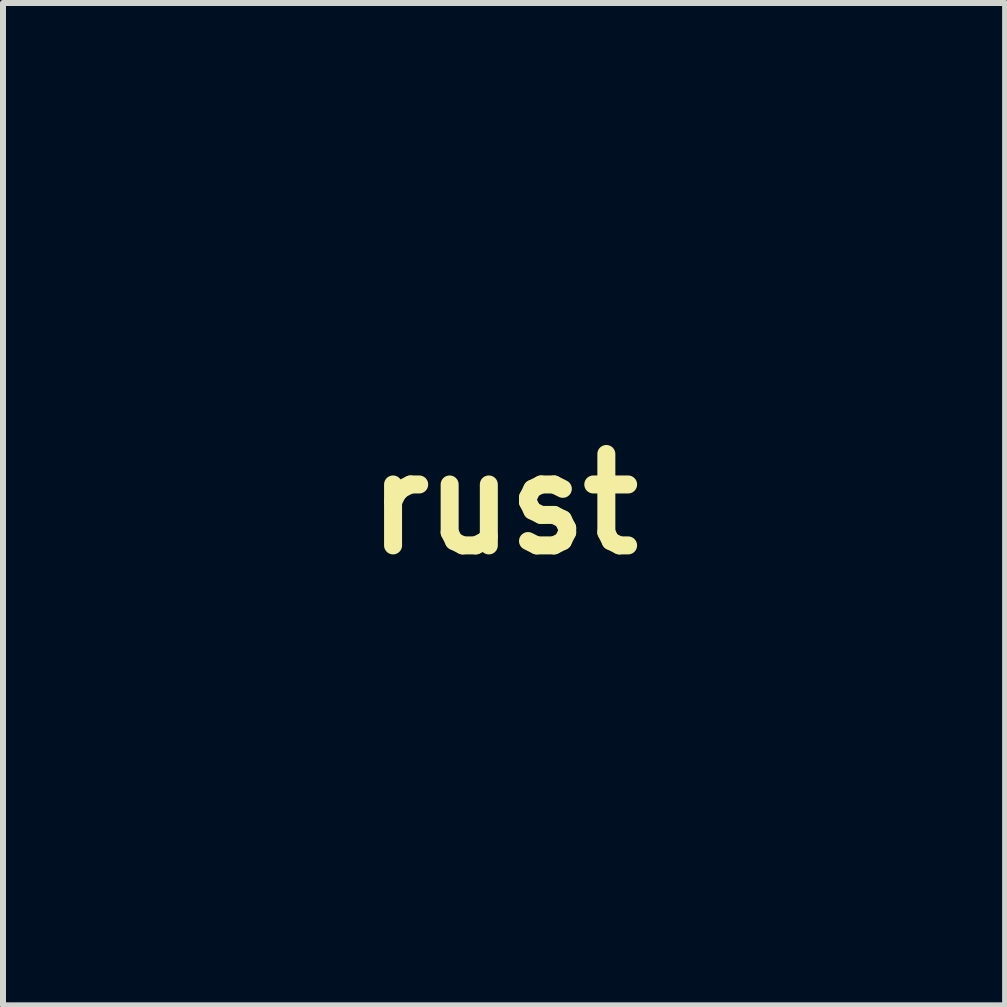
<source format=kicad_pcb>
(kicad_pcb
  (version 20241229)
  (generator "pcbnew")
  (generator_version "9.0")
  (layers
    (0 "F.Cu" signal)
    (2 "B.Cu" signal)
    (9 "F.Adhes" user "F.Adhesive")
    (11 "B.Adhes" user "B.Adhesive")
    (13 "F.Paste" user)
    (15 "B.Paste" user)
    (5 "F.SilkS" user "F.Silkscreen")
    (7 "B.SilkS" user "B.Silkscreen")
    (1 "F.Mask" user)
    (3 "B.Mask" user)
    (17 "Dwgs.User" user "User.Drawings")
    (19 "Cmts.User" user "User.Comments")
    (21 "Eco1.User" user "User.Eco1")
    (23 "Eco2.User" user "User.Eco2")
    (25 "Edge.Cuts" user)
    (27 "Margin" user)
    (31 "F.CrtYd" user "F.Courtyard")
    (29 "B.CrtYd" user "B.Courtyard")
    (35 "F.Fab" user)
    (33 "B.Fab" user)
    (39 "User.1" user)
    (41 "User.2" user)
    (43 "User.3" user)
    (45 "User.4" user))
  (footprint "rust"
    (layer "F.Cu")
    (at 5.354 5.354)
    (property "Reference" "rust" (at 0 0 0) (layer "F.SilkS") (effects (font (size 1.524 1.524) (thickness 0.3))))
    (attr through_hole)
    (fp_poly (pts (xy 0.034 -5.346) (xy 0.081 -5.327) (xy 0.108 -5.305) (xy 0.121 -5.288) (xy 0.144 -5.255) (xy 0.173 -5.211) (xy 0.207 -5.157) (xy 0.245 -5.097) (xy 0.265 -5.064) (xy 0.302 -5.004) (xy 0.336 -4.949) (xy 0.366 -4.902) (xy 0.388 -4.867) (xy 0.402 -4.846) (xy 0.406 -4.841) (xy 0.423 -4.833) (xy 0.453 -4.826) (xy 0.478 -4.822) (xy 0.539 -4.815) (xy 0.727 -5.018) (xy 0.779 -5.073) (xy 0.828 -5.124) (xy 0.871 -5.167) (xy 0.907 -5.202) (xy 0.932 -5.225) (xy 0.944 -5.235) (xy 0.99 -5.248) (xy 1.04 -5.246) (xy 1.087 -5.231) (xy 1.126 -5.204) (xy 1.138 -5.189) (xy 1.147 -5.171) (xy 1.162 -5.137) (xy 1.181 -5.09) (xy 1.204 -5.033) (xy 1.227 -4.971) (xy 1.23 -4.965) (xy 1.254 -4.9) (xy 1.277 -4.839) (xy 1.298 -4.784) (xy 1.314 -4.741) (xy 1.324 -4.713) (xy 1.325 -4.713) (xy 1.337 -4.681) (xy 1.351 -4.663) (xy 1.371 -4.651) (xy 1.404 -4.641) (xy 1.438 -4.632) (xy 1.466 -4.628) (xy 1.477 -4.629) (xy 1.489 -4.636) (xy 1.516 -4.655) (xy 1.554 -4.681) (xy 1.602 -4.715) (xy 1.656 -4.754) (xy 1.683 -4.773) (xy 1.755 -4.825) (xy 1.812 -4.866) (xy 1.856 -4.897) (xy 1.89 -4.92) (xy 1.916 -4.935) (xy 1.937 -4.945) (xy 1.954 -4.95) (xy 1.969 -4.952) (xy 1.986 -4.953) (xy 1.99 -4.953) (xy 2.046 -4.944) (xy 2.09 -4.917) (xy 2.122 -4.874) (xy 2.126 -4.865) (xy 2.133 -4.842) (xy 2.143 -4.802) (xy 2.154 -4.748) (xy 2.166 -4.683) (xy 2.178 -4.612) (xy 2.186 -4.563) (xy 2.227 -4.305) (xy 2.346 -4.245) (xy 2.599 -4.362) (xy 2.677 -4.397) (xy 2.738 -4.424) (xy 2.786 -4.445) (xy 2.822 -4.459) (xy 2.849 -4.468) (xy 2.87 -4.472) (xy 2.887 -4.474) (xy 2.898 -4.473) (xy 2.952 -4.458) (xy 2.998 -4.425) (xy 3.02 -4.4) (xy 3.026 -4.391) (xy 3.031 -4.38) (xy 3.035 -4.365) (xy 3.038 -4.345) (xy 3.039 -4.317) (xy 3.039 -4.278) (xy 3.039 -4.227) (xy 3.037 -4.161) (xy 3.035 -4.078) (xy 3.032 -3.985) (xy 3.025 -3.784) (xy 3.075 -3.744) (xy 3.105 -3.723) (xy 3.13 -3.711) (xy 3.142 -3.709) (xy 3.167 -3.715) (xy 3.206 -3.725) (xy 3.257 -3.737) (xy 3.316 -3.751) (xy 3.381 -3.766) (xy 3.446 -3.781) (xy 3.51 -3.795) (xy 3.568 -3.808) (xy 3.617 -3.819) (xy 3.654 -3.827) (xy 3.675 -3.831) (xy 3.678 -3.831) (xy 3.699 -3.827) (xy 3.729 -3.815) (xy 3.741 -3.81) (xy 3.778 -3.784) (xy 3.808 -3.748) (xy 3.827 -3.708) (xy 3.831 -3.683) (xy 3.829 -3.668) (xy 3.822 -3.636) (xy 3.813 -3.59) (xy 3.801 -3.535) (xy 3.787 -3.472) (xy 3.772 -3.406) (xy 3.757 -3.341) (xy 3.742 -3.279) (xy 3.73 -3.224) (xy 3.719 -3.179) (xy 3.711 -3.149) (xy 3.709 -3.142) (xy 3.712 -3.125) (xy 3.727 -3.099) (xy 3.744 -3.076) (xy 3.784 -3.026) (xy 4.08 -3.033) (xy 4.376 -3.041) (xy 4.412 -3.01) (xy 4.449 -2.968) (xy 4.472 -2.919) (xy 4.477 -2.883) (xy 4.472 -2.866) (xy 4.46 -2.832) (xy 4.442 -2.786) (xy 4.418 -2.728) (xy 4.389 -2.663) (xy 4.36 -2.598) (xy 4.244 -2.342) (xy 4.275 -2.285) (xy 4.306 -2.227) (xy 4.558 -2.187) (xy 4.632 -2.175) (xy 4.7 -2.163) (xy 4.761 -2.152) (xy 4.81 -2.142) (xy 4.844 -2.134) (xy 4.855 -2.131) (xy 4.903 -2.104) (xy 4.936 -2.062) (xy 4.952 -2.01) (xy 4.953 -1.99) (xy 4.953 -1.973) (xy 4.951 -1.959) (xy 4.947 -1.943) (xy 4.94 -1.925) (xy 4.927 -1.902) (xy 4.907 -1.872) (xy 4.88 -1.832) (xy 4.843 -1.781) (xy 4.797 -1.716) (xy 4.769 -1.678) (xy 4.728 -1.62) (xy 4.692 -1.568) (xy 4.662 -1.523) (xy 4.64 -1.488) (xy 4.627 -1.467) (xy 4.625 -1.461) (xy 4.629 -1.442) (xy 4.638 -1.412) (xy 4.644 -1.393) (xy 4.662 -1.341) (xy 4.912 -1.249) (xy 4.982 -1.222) (xy 5.046 -1.198) (xy 5.103 -1.175) (xy 5.147 -1.157) (xy 5.177 -1.144) (xy 5.189 -1.138) (xy 5.22 -1.106) (xy 5.241 -1.062) (xy 5.249 -1.012) (xy 5.243 -0.963) (xy 5.237 -0.948) (xy 5.226 -0.934) (xy 5.202 -0.907) (xy 5.167 -0.871) (xy 5.122 -0.827) (xy 5.071 -0.778) (xy 5.02 -0.73) (xy 4.815 -0.538) (xy 4.822 -0.478) (xy 4.828 -0.443) (xy 4.835 -0.416) (xy 4.841 -0.407) (xy 4.853 -0.398) (xy 4.88 -0.38) (xy 4.92 -0.354) (xy 4.971 -0.323) (xy 5.028 -0.287) (xy 5.064 -0.265) (xy 5.126 -0.227) (xy 5.183 -0.191) (xy 5.233 -0.158) (xy 5.272 -0.132) (xy 5.298 -0.114) (xy 5.305 -0.108) (xy 5.335 -0.066) (xy 5.349 -0.017) (xy 5.346 0.034) (xy 5.327 0.081) (xy 5.305 0.108) (xy 5.288 0.121) (xy 5.255 0.143) (xy 5.211 0.173) (xy 5.157 0.207) (xy 5.097 0.244) (xy 5.064 0.265) (xy 5.004 0.302) (xy 4.949 0.336) (xy 4.902 0.365) (xy 4.867 0.388) (xy 4.846 0.402) (xy 4.841 0.406) (xy 4.833 0.423) (xy 4.826 0.453) (xy 4.822 0.478) (xy 4.815 0.538) (xy 5.02 0.73) (xy 5.076 0.782) (xy 5.126 0.831) (xy 5.17 0.875) (xy 5.205 0.91) (xy 5.228 0.935) (xy 5.237 0.948) (xy 5.248 0.994) (xy 5.245 1.043) (xy 5.23 1.09) (xy 5.203 1.127) (xy 5.191 1.137) (xy 5.174 1.145) (xy 5.141 1.159) (xy 5.093 1.178) (xy 5.035 1.201) (xy 4.969 1.227) (xy 4.914 1.247) (xy 4.662 1.341) (xy 4.644 1.393) (xy 4.633 1.426) (xy 4.627 1.452) (xy 4.625 1.461) (xy 4.631 1.474) (xy 4.648 1.502) (xy 4.673 1.54) (xy 4.705 1.587) (xy 4.742 1.639) (xy 4.743 1.641) (xy 4.799 1.719) (xy 4.845 1.782) (xy 4.88 1.833) (xy 4.907 1.872) (xy 4.926 1.902) (xy 4.939 1.925) (xy 4.947 1.943) (xy 4.951 1.958) (xy 4.953 1.972) (xy 4.953 1.987) (xy 4.953 1.988) (xy 4.944 2.044) (xy 4.917 2.09) (xy 4.875 2.122) (xy 4.855 2.131) (xy 4.832 2.137) (xy 4.792 2.146) (xy 4.737 2.156) (xy 4.673 2.168) (xy 4.601 2.18) (xy 4.559 2.186) (xy 4.308 2.226) (xy 4.243 2.34) (xy 4.36 2.597) (xy 4.391 2.667) (xy 4.419 2.732) (xy 4.443 2.789) (xy 4.461 2.835) (xy 4.473 2.867) (xy 4.477 2.883) (xy 4.467 2.933) (xy 4.44 2.981) (xy 4.412 3.01) (xy 4.376 3.041) (xy 3.783 3.026) (xy 3.706 3.128) (xy 3.768 3.392) (xy 3.785 3.465) (xy 3.801 3.532) (xy 3.814 3.591) (xy 3.823 3.637) (xy 3.829 3.669) (xy 3.831 3.682) (xy 3.822 3.721) (xy 3.797 3.761) (xy 3.762 3.796) (xy 3.722 3.821) (xy 3.683 3.831) (xy 3.682 3.831) (xy 3.665 3.829) (xy 3.63 3.822) (xy 3.582 3.811) (xy 3.521 3.798) (xy 3.453 3.782) (xy 3.392 3.768) (xy 3.311 3.749) (xy 3.248 3.734) (xy 3.199 3.724) (xy 3.163 3.717) (xy 3.137 3.716) (xy 3.116 3.718) (xy 3.1 3.725) (xy 3.084 3.736) (xy 3.066 3.751) (xy 3.054 3.761) (xy 3.024 3.787) (xy 3.031 3.97) (xy 3.035 4.075) (xy 3.037 4.161) (xy 3.039 4.229) (xy 3.039 4.283) (xy 3.037 4.324) (xy 3.035 4.355) (xy 3.03 4.377) (xy 3.024 4.392) (xy 3.019 4.401) (xy 2.975 4.445) (xy 2.924 4.469) (xy 2.902 4.474) (xy 2.888 4.474) (xy 2.871 4.473) (xy 2.85 4.468) (xy 2.821 4.458) (xy 2.784 4.443) (xy 2.734 4.421) (xy 2.67 4.393) (xy 2.6 4.361) (xy 2.341 4.243) (xy 2.227 4.307) (xy 2.186 4.564) (xy 2.174 4.638) (xy 2.161 4.707) (xy 2.149 4.769) (xy 2.139 4.818) (xy 2.13 4.853) (xy 2.126 4.865) (xy 2.097 4.911) (xy 2.054 4.94) (xy 2 4.953) (xy 1.99 4.953) (xy 1.973 4.953) (xy 1.958 4.951) (xy 1.943 4.947) (xy 1.924 4.939) (xy 1.901 4.926) (xy 1.87 4.906) (xy 1.83 4.878) (xy 1.779 4.841) (xy 1.713 4.794) (xy 1.679 4.769) (xy 1.618 4.726) (xy 1.563 4.688) (xy 1.517 4.658) (xy 1.482 4.637) (xy 1.461 4.626) (xy 1.457 4.625) (xy 1.433 4.63) (xy 1.401 4.639) (xy 1.388 4.644) (xy 1.342 4.662) (xy 1.249 4.911) (xy 1.223 4.981) (xy 1.198 5.046) (xy 1.176 5.102) (xy 1.158 5.147) (xy 1.144 5.177) (xy 1.139 5.188) (xy 1.106 5.22) (xy 1.062 5.241) (xy 1.012 5.249) (xy 0.963 5.243) (xy 0.949 5.237) (xy 0.935 5.227) (xy 0.908 5.203) (xy 0.872 5.167) (xy 0.828 5.123) (xy 0.779 5.072) (xy 0.731 5.02) (xy 0.539 4.815) (xy 0.478 4.822) (xy 0.443 4.828) (xy 0.416 4.835) (xy 0.406 4.841) (xy 0.398 4.853) (xy 0.38 4.88) (xy 0.354 4.92) (xy 0.323 4.971) (xy 0.287 5.028) (xy 0.265 5.064) (xy 0.217 5.141) (xy 0.179 5.202) (xy 0.148 5.249) (xy 0.123 5.284) (xy 0.102 5.308) (xy 0.083 5.325) (xy 0.066 5.336) (xy 0.048 5.343) (xy 0.043 5.345) (xy 0.013 5.352) (xy -0.009 5.353) (xy -0.034 5.348) (xy -0.048 5.344) (xy -0.065 5.338) (xy -0.082 5.327) (xy -0.099 5.311) (xy -0.12 5.287) (xy -0.145 5.253) (xy -0.175 5.207) (xy -0.213 5.147) (xy -0.26 5.071) (xy -0.265 5.064) (xy -0.302 5.004) (xy -0.336 4.949) (xy -0.365 4.902) (xy -0.388 4.867) (xy -0.402 4.846) (xy -0.406 4.841) (xy -0.423 4.833) (xy -0.453 4.826) (xy -0.478 4.822) (xy -0.538 4.815) (xy -0.73 5.02) (xy -0.782 5.076) (xy -0.831 5.126) (xy -0.875 5.17) (xy -0.91 5.205) (xy -0.935 5.228) (xy -0.948 5.237) (xy -0.994 5.248) (xy -1.044 5.245) (xy -1.091 5.229) (xy -1.128 5.202) (xy -1.138 5.19) (xy -1.146 5.173) (xy -1.161 5.139) (xy -1.18 5.091) (xy -1.203 5.033) (xy -1.228 4.967) (xy -1.248 4.913) (xy -1.342 4.662) (xy -1.388 4.644) (xy -1.421 4.633) (xy -1.449 4.626) (xy -1.457 4.625) (xy -1.472 4.631) (xy -1.501 4.648) (xy -1.543 4.675) (xy -1.594 4.71) (xy -1.652 4.75) (xy -1.679 4.769) (xy -1.738 4.812) (xy -1.792 4.851) (xy -1.84 4.885) (xy -1.878 4.912) (xy -1.903 4.929) (xy -1.91 4.933) (xy -1.956 4.951) (xy -2.007 4.952) (xy -2.055 4.939) (xy -2.097 4.912) (xy -2.121 4.88) (xy -2.128 4.861) (xy -2.136 4.825) (xy -2.147 4.774) (xy -2.159 4.711) (xy -2.172 4.641) (xy -2.183 4.578) (xy -2.227 4.307) (xy -2.284 4.275) (xy -2.341 4.243) (xy -2.6 4.361) (xy -2.679 4.397) (xy -2.742 4.425) (xy -2.79 4.445) (xy -2.826 4.46) (xy -2.854 4.469) (xy -2.874 4.473) (xy -2.89 4.475) (xy -2.901 4.474) (xy -2.956 4.457) (xy -2.999 4.424) (xy -3.018 4.399) (xy -3.024 4.389) (xy -3.029 4.377) (xy -3.032 4.361) (xy -3.035 4.34) (xy -3.036 4.309) (xy -3.036 4.268) (xy -3.035 4.212) (xy -3.034 4.139) (xy -3.033 4.075) (xy -3.026 3.784) (xy -3.076 3.744) (xy -3.105 3.723) (xy -3.13 3.711) (xy -3.142 3.709) (xy -3.169 3.716) (xy -3.211 3.726) (xy -3.264 3.739) (xy -3.324 3.753) (xy -3.39 3.768) (xy -3.456 3.783) (xy -3.52 3.797) (xy -3.577 3.81) (xy -3.626 3.82) (xy -3.662 3.828) (xy -3.681 3.831) (xy -3.683 3.831) (xy -3.722 3.822) (xy -3.761 3.797) (xy -3.796 3.763) (xy -3.821 3.723) (xy -3.831 3.684) (xy -3.831 3.683) (xy -3.829 3.668) (xy -3.822 3.636) (xy -3.813 3.591) (xy -3.801 3.535) (xy -3.787 3.472) (xy -3.772 3.406) (xy -3.757 3.34) (xy -3.742 3.278) (xy -3.741 3.274) (xy -2.684 3.274) (xy -2.676 3.347) (xy -2.657 3.402) (xy -2.612 3.472) (xy -2.556 3.525) (xy -2.49 3.562) (xy -2.417 3.58) (xy -2.339 3.58) (xy -2.26 3.56) (xy -2.227 3.546) (xy -2.16 3.502) (xy -2.109 3.445) (xy -2.076 3.376) (xy -2.06 3.297) (xy -2.059 3.264) (xy -2.068 3.186) (xy -2.094 3.118) (xy -2.133 3.061) (xy -2.183 3.016) (xy -2.241 2.983) (xy -2.305 2.962) (xy -2.372 2.955) (xy -2.439 2.961) (xy -2.503 2.982) (xy -2.563 3.018) (xy -2.615 3.069) (xy -2.653 3.131) (xy -2.677 3.199) (xy -2.684 3.274) (xy -3.741 3.274) (xy -3.729 3.223) (xy -3.718 3.178) (xy -3.71 3.147) (xy -3.709 3.142) (xy -3.712 3.126) (xy -3.727 3.099) (xy -3.744 3.076) (xy -3.784 3.026) (xy -4.08 3.033) (xy -4.376 3.041) (xy -4.412 3.01) (xy -4.449 2.968) (xy -4.472 2.919) (xy -4.477 2.883) (xy -4.472 2.866) (xy -4.46 2.832) (xy -4.442 2.786) (xy -4.418 2.728) (xy -4.389 2.663) (xy -4.36 2.597) (xy -4.243 2.34) (xy -4.271 2.291) (xy -3.146 2.291) (xy -3.06 2.399) (xy -2.997 2.476) (xy -2.94 2.543) (xy -2.889 2.598) (xy -2.848 2.64) (xy -2.815 2.668) (xy -2.794 2.68) (xy -2.789 2.68) (xy -2.774 2.677) (xy -2.741 2.671) (xy -2.692 2.66) (xy -2.63 2.648) (xy -2.559 2.633) (xy -2.48 2.616) (xy -2.44 2.607) (xy -2.338 2.586) (xy -2.255 2.569) (xy -2.187 2.557) (xy -2.133 2.548) (xy -2.089 2.544) (xy -2.054 2.544) (xy -2.024 2.547) (xy -1.999 2.554) (xy -1.974 2.564) (xy -1.961 2.57) (xy -1.92 2.598) (xy -1.88 2.637) (xy -1.845 2.68) (xy -1.822 2.722) (xy -1.819 2.729) (xy -1.814 2.748) (xy -1.805 2.785) (xy -1.793 2.838) (xy -1.778 2.903) (xy -1.761 2.979) (xy -1.743 3.062) (xy -1.726 3.141) (xy -1.646 3.515) (xy -1.537 3.562) (xy -1.273 3.663) (xy -1 3.745) (xy -0.72 3.808) (xy -0.433 3.852) (xy -0.381 3.858) (xy -0.31 3.863) (xy -0.223 3.867) (xy -0.124 3.869) (xy -0.017 3.869) (xy 0.091 3.868) (xy 0.198 3.866) (xy 0.298 3.862) (xy 0.388 3.856) (xy 0.461 3.85) (xy 0.476 3.848) (xy 0.646 3.821) (xy 0.821 3.787) (xy 0.997 3.745) (xy 1.167 3.697) (xy 1.329 3.644) (xy 1.477 3.588) (xy 1.55 3.557) (xy 1.614 3.528) (xy 1.661 3.304) (xy 2.023 3.304) (xy 2.037 3.379) (xy 2.057 3.426) (xy 2.091 3.477) (xy 2.137 3.525) (xy 2.189 3.563) (xy 2.226 3.582) (xy 2.276 3.593) (xy 2.336 3.596) (xy 2.397 3.59) (xy 2.451 3.578) (xy 2.474 3.568) (xy 2.544 3.521) (xy 2.598 3.463) (xy 2.633 3.395) (xy 2.649 3.317) (xy 2.65 3.287) (xy 2.64 3.205) (xy 2.612 3.132) (xy 2.569 3.07) (xy 2.511 3.021) (xy 2.443 2.988) (xy 2.364 2.971) (xy 2.338 2.97) (xy 2.26 2.979) (xy 2.191 3.005) (xy 2.131 3.047) (xy 2.083 3.1) (xy 2.048 3.162) (xy 2.027 3.231) (xy 2.023 3.304) (xy 1.661 3.304) (xy 1.692 3.158) (xy 1.711 3.071) (xy 1.729 2.988) (xy 1.746 2.913) (xy 1.76 2.849) (xy 1.772 2.797) (xy 1.781 2.761) (xy 1.786 2.745) (xy 1.817 2.684) (xy 1.864 2.632) (xy 1.923 2.592) (xy 1.99 2.566) (xy 2.057 2.559) (xy 2.084 2.561) (xy 2.127 2.568) (xy 2.186 2.579) (xy 2.255 2.592) (xy 2.333 2.608) (xy 2.416 2.625) (xy 2.455 2.634) (xy 2.789 2.707) (xy 2.834 2.658) (xy 2.877 2.611) (xy 2.925 2.556) (xy 2.974 2.5) (xy 3.021 2.445) (xy 3.062 2.396) (xy 3.093 2.357) (xy 3.099 2.349) (xy 3.142 2.291) (xy 2.278 2.286) (xy 1.413 2.281) (xy 1.349 2.249) (xy 1.299 2.218) (xy 1.242 2.173) (xy 1.183 2.118) (xy 1.127 2.058) (xy 1.076 1.996) (xy 1.052 1.962) (xy 1.024 1.918) (xy 0.999 1.876) (xy 0.976 1.833) (xy 0.956 1.788) (xy 0.937 1.738) (xy 0.919 1.68) (xy 0.9 1.613) (xy 0.881 1.534) (xy 0.86 1.441) (xy 0.836 1.331) (xy 0.81 1.206) (xy 0.794 1.128) (xy 0.778 1.054) (xy 0.764 0.988) (xy 0.752 0.933) (xy 0.742 0.892) (xy 0.736 0.868) (xy 0.736 0.868) (xy 0.691 0.745) (xy 0.632 0.639) (xy 0.561 0.549) (xy 0.477 0.476) (xy 0.38 0.42) (xy 0.272 0.382) (xy 0.265 0.38) (xy 0.247 0.376) (xy 0.221 0.373) (xy 0.186 0.371) (xy 0.141 0.369) (xy 0.083 0.368) (xy 0.011 0.366) (xy -0.077 0.366) (xy -0.183 0.365) (xy -0.307 0.365) (xy -0.339 0.365) (xy -0.884 0.365) (xy -0.884 1.074) (xy -0.392 1.079) (xy 0.101 1.085) (xy 0.101 2.281) (xy -1.523 2.286) (xy -3.146 2.291) (xy -4.271 2.291) (xy -4.308 2.226) (xy -4.559 2.186) (xy -4.632 2.175) (xy -4.701 2.163) (xy -4.762 2.152) (xy -4.811 2.142) (xy -4.844 2.134) (xy -4.855 2.131) (xy -4.903 2.104) (xy -4.936 2.062) (xy -4.952 2.01) (xy -4.953 1.988) (xy -4.953 1.973) (xy -4.951 1.958) (xy -4.947 1.943) (xy -4.94 1.926) (xy -4.927 1.903) (xy -4.908 1.873) (xy -4.882 1.835) (xy -4.847 1.785) (xy -4.802 1.723) (xy -4.746 1.645) (xy -4.743 1.641) (xy -4.706 1.589) (xy -4.674 1.542) (xy -4.648 1.503) (xy -4.632 1.475) (xy -4.625 1.461) (xy -4.625 1.461) (xy -4.629 1.442) (xy -4.638 1.412) (xy -4.644 1.393) (xy -4.662 1.341) (xy -4.914 1.247) (xy -4.984 1.221) (xy -5.049 1.196) (xy -5.105 1.174) (xy -5.149 1.156) (xy -5.179 1.143) (xy -5.191 1.137) (xy -5.221 1.106) (xy -5.241 1.062) (xy -5.249 1.013) (xy -5.243 0.965) (xy -5.237 0.948) (xy -5.226 0.934) (xy -5.202 0.907) (xy -5.167 0.871) (xy -5.122 0.827) (xy -5.071 0.778) (xy -5.02 0.73) (xy -4.815 0.538) (xy -4.822 0.478) (xy -4.828 0.443) (xy -4.835 0.416) (xy -4.841 0.406) (xy -4.853 0.398) (xy -4.88 0.38) (xy -4.92 0.354) (xy -4.971 0.323) (xy -5.028 0.287) (xy -5.064 0.265) (xy -5.126 0.227) (xy -5.183 0.19) (xy -5.233 0.158) (xy -5.272 0.132) (xy -5.298 0.114) (xy -5.305 0.108) (xy -5.335 0.066) (xy -5.349 0.017) (xy -5.347 -0.018) (xy -3.906 -0.018) (xy -3.906 -0.014) (xy -3.9 0.201) (xy -3.884 0.406) (xy -3.857 0.608) (xy -3.816 0.816) (xy -3.797 0.897) (xy -3.764 1.037) (xy -2.646 1.037) (xy -2.646 -1.429) (xy -0.889 -1.429) (xy -0.889 -0.698) (xy -0.193 -0.701) (xy -0.054 -0.702) (xy 0.065 -0.702) (xy 0.166 -0.703) (xy 0.251 -0.704) (xy 0.322 -0.705) (xy 0.381 -0.706) (xy 0.428 -0.707) (xy 0.466 -0.709) (xy 0.496 -0.711) (xy 0.52 -0.714) (xy 0.54 -0.717) (xy 0.557 -0.72) (xy 0.574 -0.724) (xy 0.584 -0.727) (xy 0.683 -0.762) (xy 0.765 -0.804) (xy 0.83 -0.853) (xy 0.876 -0.909) (xy 0.895 -0.947) (xy 0.906 -0.998) (xy 0.909 -1.058) (xy 0.902 -1.12) (xy 0.887 -1.173) (xy 0.884 -1.18) (xy 0.848 -1.235) (xy 0.795 -1.287) (xy 0.731 -1.334) (xy 0.687 -1.358) (xy 0.66 -1.372) (xy 0.635 -1.383) (xy 0.61 -1.393) (xy 0.586 -1.402) (xy 0.559 -1.409) (xy 0.527 -1.414) (xy 0.49 -1.419) (xy 0.445 -1.422) (xy 0.391 -1.425) (xy 0.326 -1.427) (xy 0.248 -1.428) (xy 0.155 -1.428) (xy 0.046 -1.429) (xy -0.08 -1.429) (xy -0.203 -1.429) (xy -0.889 -1.429) (xy -2.646 -1.429) (xy -2.646 -1.46) (xy -3.196 -1.46) (xy -3.182 -1.426) (xy -3.172 -1.404) (xy -3.156 -1.367) (xy -3.135 -1.32) (xy -3.112 -1.268) (xy -3.107 -1.257) (xy -3.075 -1.182) (xy -3.053 -1.122) (xy -3.039 -1.072) (xy -3.034 -1.03) (xy -3.035 -0.991) (xy -3.038 -0.971) (xy -3.055 -0.911) (xy -3.083 -0.86) (xy -3.123 -0.816) (xy -3.138 -0.803) (xy -3.16 -0.788) (xy -3.19 -0.771) (xy -3.231 -0.75) (xy -3.284 -0.724) (xy -3.351 -0.694) (xy -3.434 -0.656) (xy -3.506 -0.625) (xy -3.586 -0.589) (xy -3.661 -0.556) (xy -3.728 -0.526) (xy -3.785 -0.5) (xy -3.829 -0.48) (xy -3.858 -0.466) (xy -3.869 -0.46) (xy -3.88 -0.451) (xy -3.887 -0.436) (xy -3.892 -0.411) (xy -3.896 -0.373) (xy -3.899 -0.342) (xy -3.901 -0.298) (xy -3.903 -0.239) (xy -3.904 -0.169) (xy -3.905 -0.093) (xy -3.906 -0.018) (xy -5.347 -0.018) (xy -5.346 -0.034) (xy -5.327 -0.082) (xy -5.305 -0.108) (xy -5.288 -0.121) (xy -5.255 -0.144) (xy -5.211 -0.173) (xy -5.157 -0.207) (xy -5.097 -0.245) (xy -5.064 -0.265) (xy -5.004 -0.302) (xy -4.949 -0.337) (xy -4.902 -0.366) (xy -4.867 -0.388) (xy -4.846 -0.403) (xy -4.841 -0.407) (xy -4.833 -0.423) (xy -4.826 -0.453) (xy -4.822 -0.478) (xy -4.815 -0.538) (xy -5.02 -0.73) (xy -5.076 -0.782) (xy -5.126 -0.831) (xy -5.17 -0.875) (xy -5.205 -0.91) (xy -5.228 -0.935) (xy -5.237 -0.948) (xy -5.249 -0.995) (xy -5.245 -1.045) (xy -5.228 -1.092) (xy -5.2 -1.129) (xy -5.189 -1.138) (xy -5.171 -1.147) (xy -5.137 -1.161) (xy -5.11 -1.172) (xy -4.12 -1.172) (xy -4.104 -1.102) (xy -4.07 -1.036) (xy -4.034 -0.991) (xy -3.971 -0.939) (xy -3.9 -0.907) (xy -3.823 -0.895) (xy -3.739 -0.903) (xy -3.703 -0.912) (xy -3.641 -0.941) (xy -3.586 -0.987) (xy -3.541 -1.045) (xy -3.51 -1.112) (xy -3.495 -1.183) (xy -3.495 -1.185) (xy -3.497 -1.264) (xy -3.519 -1.334) (xy -3.559 -1.399) (xy -3.587 -1.43) (xy -3.645 -1.479) (xy -3.704 -1.509) (xy -3.769 -1.522) (xy -3.832 -1.521) (xy -3.908 -1.507) (xy -3.975 -1.475) (xy -4.03 -1.43) (xy -4.073 -1.375) (xy -4.104 -1.311) (xy -4.119 -1.243) (xy -4.12 -1.172) (xy -5.11 -1.172) (xy -5.09 -1.181) (xy -5.031 -1.204) (xy -4.965 -1.229) (xy -4.912 -1.249) (xy -4.662 -1.341) (xy -4.644 -1.393) (xy -4.633 -1.426) (xy -4.627 -1.452) (xy -4.625 -1.461) (xy -4.631 -1.474) (xy -4.648 -1.501) (xy -4.673 -1.54) (xy -4.706 -1.589) (xy -4.745 -1.644) (xy -4.769 -1.678) (xy -4.822 -1.751) (xy -4.863 -1.809) (xy -4.895 -1.854) (xy -4.918 -1.888) (xy -4.934 -1.915) (xy -4.944 -1.935) (xy -4.95 -1.951) (xy -4.952 -1.966) (xy -4.953 -1.981) (xy -4.953 -1.99) (xy -4.943 -2.045) (xy -4.916 -2.09) (xy -4.874 -2.123) (xy -4.855 -2.131) (xy -4.832 -2.137) (xy -4.792 -2.146) (xy -4.737 -2.156) (xy -4.673 -2.168) (xy -4.602 -2.18) (xy -4.558 -2.187) (xy -4.306 -2.227) (xy -4.275 -2.285) (xy -4.244 -2.342) (xy -4.36 -2.598) (xy -4.384 -2.651) (xy -2.911 -2.651) (xy 1.371 -2.641) (xy 1.475 -2.617) (xy 1.666 -2.563) (xy 1.845 -2.494) (xy 2.01 -2.408) (xy 2.161 -2.307) (xy 2.298 -2.19) (xy 2.318 -2.17) (xy 2.424 -2.055) (xy 2.511 -1.94) (xy 2.579 -1.823) (xy 2.63 -1.7) (xy 2.666 -1.571) (xy 2.672 -1.543) (xy 2.682 -1.47) (xy 2.687 -1.386) (xy 2.687 -1.3) (xy 2.682 -1.219) (xy 2.672 -1.152) (xy 2.634 -1.023) (xy 2.576 -0.896) (xy 2.497 -0.769) (xy 2.397 -0.644) (xy 2.278 -0.522) (xy 2.139 -0.402) (xy 1.987 -0.288) (xy 1.894 -0.224) (xy 2.003 -0.134) (xy 2.107 -0.044) (xy 2.195 0.046) (xy 2.27 0.139) (xy 2.333 0.237) (xy 2.387 0.345) (xy 2.433 0.464) (xy 2.473 0.599) (xy 2.503 0.725) (xy 2.517 0.79) (xy 2.529 0.838) (xy 2.54 0.873) (xy 2.552 0.899) (xy 2.565 0.918) (xy 2.582 0.936) (xy 2.589 0.942) (xy 2.662 0.993) (xy 2.748 1.029) (xy 2.842 1.051) (xy 2.942 1.057) (xy 3.044 1.046) (xy 3.084 1.037) (xy 3.18 1.005) (xy 3.26 0.96) (xy 3.323 0.902) (xy 3.372 0.83) (xy 3.408 0.741) (xy 3.424 0.681) (xy 3.431 0.635) (xy 3.436 0.572) (xy 3.439 0.5) (xy 3.439 0.455) (xy 3.439 0.391) (xy 3.44 0.343) (xy 3.444 0.307) (xy 3.455 0.282) (xy 3.474 0.267) (xy 3.503 0.258) (xy 3.547 0.254) (xy 3.606 0.254) (xy 3.684 0.254) (xy 3.689 0.254) (xy 3.905 0.254) (xy 3.906 0.108) (xy 3.906 -0.000189) (xy 3.906 -0.09) (xy 3.905 -0.165) (xy 3.904 -0.226) (xy 3.902 -0.277) (xy 3.9 -0.321) (xy 3.899 -0.341) (xy 3.892 -0.422) (xy 3.515 -0.589) (xy 3.41 -0.636) (xy 3.323 -0.676) (xy 3.251 -0.709) (xy 3.193 -0.738) (xy 3.148 -0.762) (xy 3.112 -0.784) (xy 3.085 -0.805) (xy 3.065 -0.825) (xy 3.049 -0.845) (xy 3.036 -0.868) (xy 3.028 -0.883) (xy 3.004 -0.955) (xy 2.999 -1.025) (xy 3.015 -1.095) (xy 3.024 -1.119) (xy 3.04 -1.159) (xy 3.058 -1.2) (xy 3.461 -1.2) (xy 3.467 -1.126) (xy 3.488 -1.063) (xy 3.526 -1.005) (xy 3.556 -0.972) (xy 3.601 -0.932) (xy 3.641 -0.906) (xy 3.668 -0.896) (xy 3.749 -0.881) (xy 3.829 -0.884) (xy 3.887 -0.9) (xy 3.954 -0.935) (xy 4.009 -0.985) (xy 4.049 -1.045) (xy 4.075 -1.113) (xy 4.086 -1.185) (xy 4.08 -1.258) (xy 4.057 -1.328) (xy 4.017 -1.393) (xy 4.01 -1.401) (xy 3.95 -1.454) (xy 3.882 -1.489) (xy 3.808 -1.507) (xy 3.733 -1.506) (xy 3.659 -1.487) (xy 3.589 -1.449) (xy 3.562 -1.428) (xy 3.517 -1.376) (xy 3.484 -1.312) (xy 3.464 -1.243) (xy 3.461 -1.2) (xy 3.058 -1.2) (xy 3.063 -1.214) (xy 3.092 -1.281) (xy 3.125 -1.357) (xy 3.161 -1.441) (xy 3.2 -1.529) (xy 3.217 -1.566) (xy 3.397 -1.973) (xy 3.34 -2.068) (xy 3.221 -2.253) (xy 3.084 -2.437) (xy 2.932 -2.619) (xy 2.768 -2.793) (xy 2.734 -2.826) (xy 2.52 -3.022) (xy 2.294 -3.2) (xy 2.058 -3.359) (xy 1.812 -3.5) (xy 1.555 -3.623) (xy 1.288 -3.727) (xy 1.154 -3.771) (xy 1.088 -3.79) (xy 1.019 -3.81) (xy 0.95 -3.828) (xy 0.884 -3.844) (xy 0.826 -3.857) (xy 0.777 -3.866) (xy 0.743 -3.872) (xy 0.726 -3.872) (xy 0.715 -3.864) (xy 0.691 -3.843) (xy 0.655 -3.811) (xy 0.609 -3.769) (xy 0.555 -3.718) (xy 0.495 -3.662) (xy 0.434 -3.604) (xy 0.352 -3.525) (xy 0.283 -3.46) (xy 0.225 -3.407) (xy 0.177 -3.366) (xy 0.136 -3.334) (xy 0.102 -3.311) (xy 0.072 -3.295) (xy 0.044 -3.285) (xy 0.017 -3.28) (xy -0.011 -3.278) (xy -0.027 -3.278) (xy -0.059 -3.279) (xy -0.088 -3.282) (xy -0.115 -3.289) (xy -0.143 -3.301) (xy -0.173 -3.32) (xy -0.207 -3.346) (xy -0.247 -3.382) (xy -0.295 -3.429) (xy -0.353 -3.487) (xy -0.422 -3.559) (xy -0.465 -3.604) (xy -0.723 -3.875) (xy -0.77 -3.868) (xy -0.797 -3.863) (xy -0.839 -3.854) (xy -0.892 -3.842) (xy -0.951 -3.827) (xy -0.977 -3.821) (xy -1.248 -3.741) (xy -1.512 -3.641) (xy -1.77 -3.522) (xy -2.02 -3.383) (xy -2.261 -3.225) (xy -2.303 -3.195) (xy -2.394 -3.127) (xy -2.481 -3.057) (xy -2.569 -2.981) (xy -2.661 -2.896) (xy -2.755 -2.805) (xy -2.911 -2.651) (xy -4.384 -2.651) (xy -4.392 -2.668) (xy -4.42 -2.733) (xy -4.443 -2.789) (xy -4.462 -2.835) (xy -4.473 -2.868) (xy -4.477 -2.883) (xy -4.467 -2.933) (xy -4.44 -2.981) (xy -4.412 -3.01) (xy -4.376 -3.041) (xy -4.08 -3.033) (xy -3.784 -3.026) (xy -3.743 -3.076) (xy -3.723 -3.104) (xy -3.71 -3.127) (xy -3.708 -3.137) (xy -3.711 -3.15) (xy -3.719 -3.181) (xy -3.729 -3.227) (xy -3.743 -3.284) (xy -3.759 -3.351) (xy -3.773 -3.411) (xy -3.793 -3.499) (xy -3.809 -3.57) (xy -3.819 -3.625) (xy -3.824 -3.668) (xy -3.825 -3.701) (xy -3.82 -3.726) (xy -3.811 -3.747) (xy -3.798 -3.766) (xy -3.782 -3.782) (xy -3.763 -3.8) (xy -3.744 -3.813) (xy -3.722 -3.822) (xy -3.695 -3.825) (xy -3.661 -3.824) (xy -3.616 -3.817) (xy -3.558 -3.806) (xy -3.483 -3.79) (xy -3.416 -3.774) (xy -3.345 -3.757) (xy -3.279 -3.742) (xy -3.223 -3.728) (xy -3.18 -3.718) (xy -3.151 -3.711) (xy -3.142 -3.709) (xy -3.124 -3.712) (xy -3.098 -3.728) (xy -3.078 -3.742) (xy -3.032 -3.781) (xy -3.032 -4.085) (xy -0.323 -4.085) (xy -0.321 -4.026) (xy -0.315 -3.982) (xy -0.301 -3.945) (xy -0.278 -3.909) (xy -0.246 -3.872) (xy -0.186 -3.821) (xy -0.117 -3.787) (xy -0.043 -3.772) (xy 0.035 -3.776) (xy 0.111 -3.799) (xy 0.122 -3.804) (xy 0.188 -3.847) (xy 0.238 -3.903) (xy 0.274 -3.967) (xy 0.294 -4.038) (xy 0.296 -4.111) (xy 0.282 -4.184) (xy 0.249 -4.252) (xy 0.22 -4.291) (xy 0.16 -4.345) (xy 0.092 -4.381) (xy 0.019 -4.399) (xy -0.055 -4.399) (xy -0.128 -4.38) (xy -0.196 -4.343) (xy -0.222 -4.322) (xy -0.266 -4.278) (xy -0.295 -4.238) (xy -0.313 -4.194) (xy -0.321 -4.14) (xy -0.323 -4.085) (xy -3.032 -4.085) (xy -3.032 -4.39) (xy -3.006 -4.419) (xy -2.965 -4.451) (xy -2.918 -4.472) (xy -2.883 -4.477) (xy -2.866 -4.472) (xy -2.832 -4.46) (xy -2.786 -4.442) (xy -2.728 -4.418) (xy -2.663 -4.389) (xy -2.598 -4.36) (xy -2.342 -4.244) (xy -2.228 -4.306) (xy -2.183 -4.577) (xy -2.17 -4.652) (xy -2.157 -4.721) (xy -2.145 -4.782) (xy -2.135 -4.831) (xy -2.127 -4.864) (xy -2.122 -4.879) (xy -2.092 -4.916) (xy -2.048 -4.941) (xy -1.996 -4.953) (xy -1.986 -4.953) (xy -1.971 -4.953) (xy -1.956 -4.951) (xy -1.94 -4.946) (xy -1.921 -4.937) (xy -1.896 -4.923) (xy -1.864 -4.902) (xy -1.822 -4.873) (xy -1.769 -4.836) (xy -1.703 -4.788) (xy -1.638 -4.741) (xy -1.587 -4.705) (xy -1.54 -4.673) (xy -1.502 -4.648) (xy -1.474 -4.631) (xy -1.461 -4.625) (xy -1.442 -4.629) (xy -1.412 -4.638) (xy -1.393 -4.644) (xy -1.341 -4.662) (xy -1.249 -4.912) (xy -1.222 -4.982) (xy -1.198 -5.046) (xy -1.175 -5.103) (xy -1.157 -5.147) (xy -1.144 -5.177) (xy -1.138 -5.189) (xy -1.106 -5.22) (xy -1.061 -5.241) (xy -1.011 -5.249) (xy -0.963 -5.242) (xy -0.943 -5.234) (xy -0.928 -5.223) (xy -0.901 -5.197) (xy -0.865 -5.161) (xy -0.82 -5.116) (xy -0.771 -5.065) (xy -0.726 -5.017) (xy -0.538 -4.815) (xy -0.478 -4.822) (xy -0.443 -4.828) (xy -0.416 -4.835) (xy -0.406 -4.841) (xy -0.398 -4.853) (xy -0.38 -4.88) (xy -0.354 -4.92) (xy -0.323 -4.97) (xy -0.287 -5.028) (xy -0.265 -5.064) (xy -0.226 -5.126) (xy -0.19 -5.183) (xy -0.158 -5.233) (xy -0.131 -5.272) (xy -0.113 -5.298) (xy -0.107 -5.305) (xy -0.066 -5.335) (xy -0.017 -5.349) (xy 0.034 -5.346)) (stroke (width 0.01) (type solid)) (fill no) (layer "Eco2.User")))
  (gr_rect
    (start -3 -3)
    (end 13.708 13.712)
    (stroke (width 0.1) (type default))
    (fill no)
    (layer "Edge.Cuts")))
</source>
